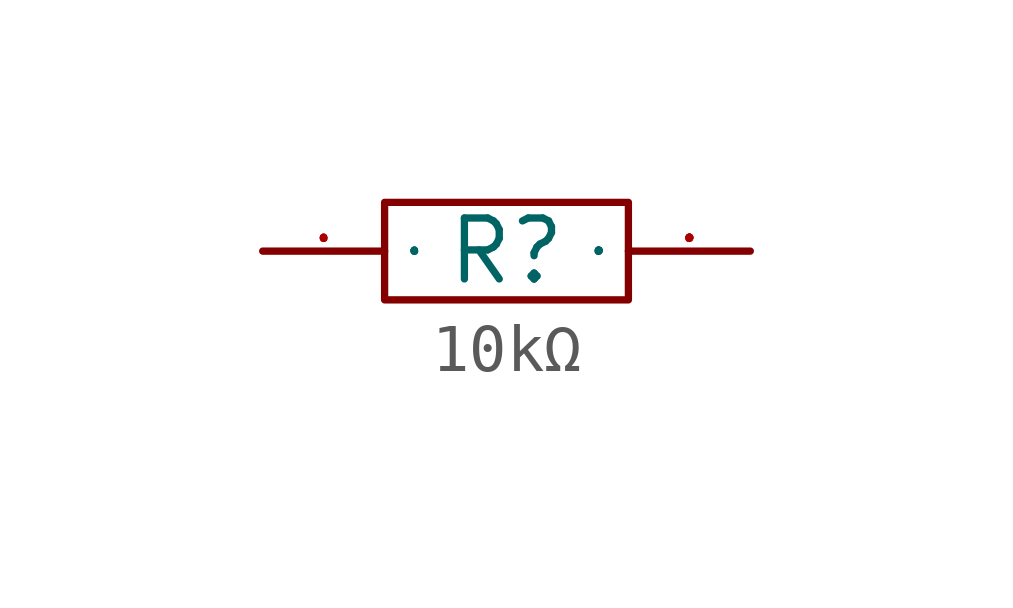
<source format=kicad_sym>
(kicad_symbol_lib
  (version 20231120)
  (generator "kicad_symbol_editor")
  (generator_version "8.0")
  (symbol "10kΩ"
    (property "Reference" "R"
      (at 0 0 0)
      (effects (font (size 1.27 1.27))))
    (property "Value" ""
      (at 0 0 0)
      (effects (font (size 1.27 1.27))))
    (symbol "10kΩ_1_0"
      (rectangle (start -2.54 -1.016) (end 2.54 1.016) (stroke (width 0) (type default)) (fill (type none)))
      (pin input line (at -5.08 0 0) (length 2.54) (name "1" (effects (font (size 0.025 0.025)))) (number "1" (effects (font (size 0.025 0.025)))))
      (pin input line (at 5.08 0 180) (length 2.54) (name "2" (effects (font (size 0.025 0.025)))) (number "2" (effects (font (size 0.025 0.025))))))))
</source>
